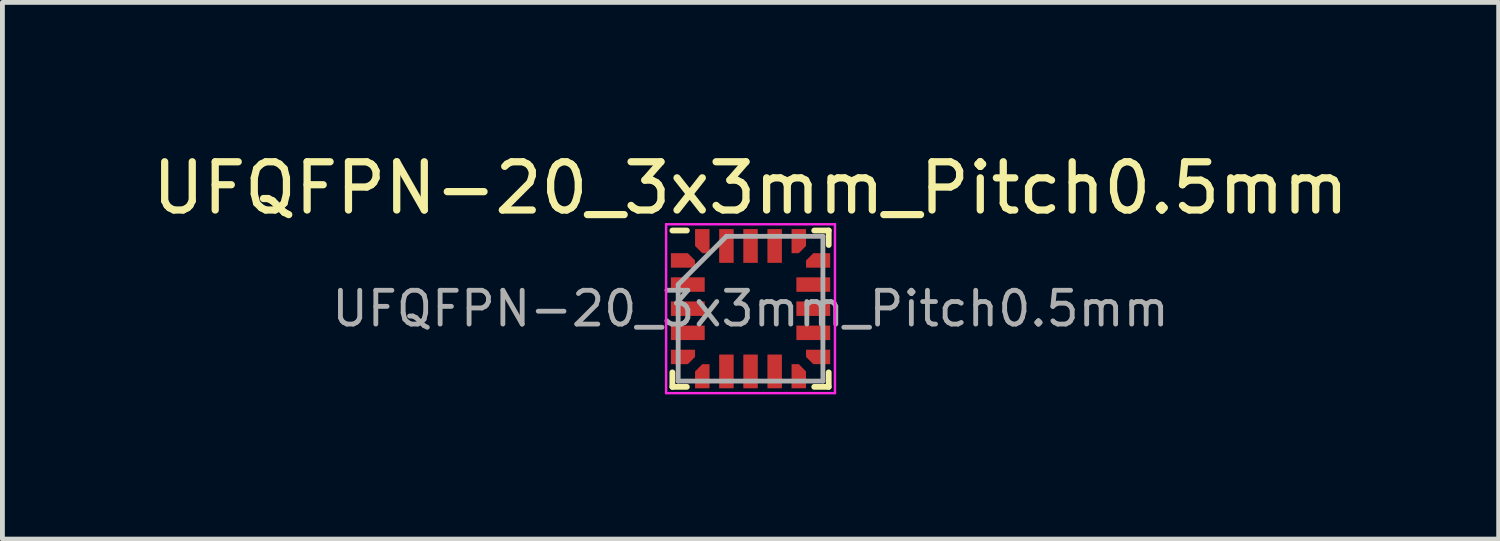
<source format=kicad_pcb>
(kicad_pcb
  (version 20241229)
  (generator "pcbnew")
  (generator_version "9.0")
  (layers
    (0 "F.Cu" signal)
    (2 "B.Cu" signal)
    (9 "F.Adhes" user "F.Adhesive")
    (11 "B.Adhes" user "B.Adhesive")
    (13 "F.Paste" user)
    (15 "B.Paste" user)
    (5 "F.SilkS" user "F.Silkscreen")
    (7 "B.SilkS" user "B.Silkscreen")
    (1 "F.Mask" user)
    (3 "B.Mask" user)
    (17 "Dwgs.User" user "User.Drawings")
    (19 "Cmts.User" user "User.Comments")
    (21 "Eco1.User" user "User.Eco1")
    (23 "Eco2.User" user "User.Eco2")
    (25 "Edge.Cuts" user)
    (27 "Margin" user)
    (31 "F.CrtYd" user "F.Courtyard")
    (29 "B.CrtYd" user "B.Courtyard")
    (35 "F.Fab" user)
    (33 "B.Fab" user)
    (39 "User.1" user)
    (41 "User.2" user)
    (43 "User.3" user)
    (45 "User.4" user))
  (footprint "UFQFPN-20_3x3mm_Pitch0.5mm"
    (layer "F.Cu")
    (at 12.506 3.348)
    (property "Reference" "UFQFPN-20_3x3mm_Pitch0.5mm" (at 0 -2.5 0) (layer "F.SilkS") (effects (font (size 1 1) (thickness 0.15))))
    (attr smd)
    (fp_line (start -1.62 -1.62) (end -1.32 -1.62) (stroke (width 0.12) (type solid)) (layer "F.SilkS"))
    (fp_line (start -1.62 1.62) (end -1.62 1.32) (stroke (width 0.12) (type solid)) (layer "F.SilkS"))
    (fp_line (start -1.62 1.62) (end -1.32 1.62) (stroke (width 0.12) (type solid)) (layer "F.SilkS"))
    (fp_line (start 1.62 -1.62) (end 1.32 -1.62) (stroke (width 0.12) (type solid)) (layer "F.SilkS"))
    (fp_line (start 1.62 -1.62) (end 1.62 -1.32) (stroke (width 0.12) (type solid)) (layer "F.SilkS"))
    (fp_line (start 1.62 1.62) (end 1.32 1.62) (stroke (width 0.12) (type solid)) (layer "F.SilkS"))
    (fp_line (start 1.62 1.62) (end 1.62 1.32) (stroke (width 0.12) (type solid)) (layer "F.SilkS"))
    (fp_line (start -1.75 -1.75) (end 1.75 -1.75) (stroke (width 0.05) (type solid)) (layer "F.CrtYd"))
    (fp_line (start -1.75 1.75) (end -1.75 -1.75) (stroke (width 0.05) (type solid)) (layer "F.CrtYd"))
    (fp_line (start 1.75 -1.75) (end 1.75 1.75) (stroke (width 0.05) (type solid)) (layer "F.CrtYd"))
    (fp_line (start 1.75 1.75) (end -1.75 1.75) (stroke (width 0.05) (type solid)) (layer "F.CrtYd"))
    (fp_line (start -1.5 -0.5) (end -0.5 -1.5) (stroke (width 0.1) (type solid)) (layer "F.Fab"))
    (fp_line (start -1.5 1.5) (end -1.5 -0.5) (stroke (width 0.1) (type solid)) (layer "F.Fab"))
    (fp_line (start -0.5 -1.5) (end 1.5 -1.5) (stroke (width 0.1) (type solid)) (layer "F.Fab"))
    (fp_line (start 1.5 -1.5) (end 1.5 1.5) (stroke (width 0.1) (type solid)) (layer "F.Fab"))
    (fp_line (start 1.5 1.5) (end -1.5 1.5) (stroke (width 0.1) (type solid)) (layer "F.Fab"))
    (fp_text user "${REFERENCE}" (at 0 0 0) (layer "F.Fab") (effects (font (size 0.7 0.7) (thickness 0.1))))
    (pad "" smd rect (at -0.9 -0.9) (size 0.1 0.1) (layers "F.Mask"))
    (pad "" smd rect (at -0.9 0.9) (size 0.1 0.1) (layers "F.Mask"))
    (pad "" smd rect (at 0.9 -0.9) (size 0.1 0.1) (layers "F.Mask"))
    (pad "" smd rect (at 0.9 0.9) (size 0.1 0.1) (layers "F.Mask"))
    (pad "1" smd rect (at -1.475 -1) (size 0.35 0.3) (layers "F.Cu" "F.Mask" "F.Paste"))
    (pad "1" smd rect (at -1.3 -1 45) (size 0.212 0.212) (layers "F.Cu" "F.Mask" "F.Paste"))
    (pad "1" smd rect (at -1.225 -0.925) (size 0.15 0.15) (layers "F.Cu" "F.Mask" "F.Paste"))
    (pad "2" smd rect (at -1.3 -0.5) (size 0.7 0.3) (layers "F.Cu" "F.Mask" "F.Paste"))
    (pad "3" smd rect (at -1.3 0) (size 0.7 0.3) (layers "F.Cu" "F.Mask" "F.Paste"))
    (pad "4" smd rect (at -1.3 0.5) (size 0.7 0.3) (layers "F.Cu" "F.Mask" "F.Paste"))
    (pad "5" smd rect (at -1.475 1) (size 0.35 0.3) (layers "F.Cu" "F.Mask" "F.Paste"))
    (pad "5" smd rect (at -1.3 1 45) (size 0.212 0.212) (layers "F.Cu" "F.Mask" "F.Paste"))
    (pad "5" smd rect (at -1.225 0.925) (size 0.15 0.15) (layers "F.Cu" "F.Mask" "F.Paste"))
    (pad "6" smd rect (at -1 1.3 45) (size 0.212 0.212) (layers "F.Cu" "F.Mask" "F.Paste"))
    (pad "6" smd rect (at -1 1.475) (size 0.3 0.35) (layers "F.Cu" "F.Mask" "F.Paste"))
    (pad "6" smd rect (at -0.925 1.225) (size 0.15 0.15) (layers "F.Cu" "F.Mask" "F.Paste"))
    (pad "7" smd rect (at -0.5 1.3) (size 0.3 0.7) (layers "F.Cu" "F.Mask" "F.Paste"))
    (pad "8" smd rect (at 0 1.3) (size 0.3 0.7) (layers "F.Cu" "F.Mask" "F.Paste"))
    (pad "9" smd rect (at 0.5 1.3) (size 0.3 0.7) (layers "F.Cu" "F.Mask" "F.Paste"))
    (pad "10" smd rect (at 0.925 1.225) (size 0.15 0.15) (layers "F.Cu" "F.Mask" "F.Paste"))
    (pad "10" smd rect (at 1 1.3 45) (size 0.212 0.212) (layers "F.Cu" "F.Mask" "F.Paste"))
    (pad "10" smd rect (at 1 1.475) (size 0.3 0.35) (layers "F.Cu" "F.Mask" "F.Paste"))
    (pad "11" smd rect (at 1.225 0.925) (size 0.15 0.15) (layers "F.Cu" "F.Mask" "F.Paste"))
    (pad "11" smd rect (at 1.3 1 45) (size 0.212 0.212) (layers "F.Cu" "F.Mask" "F.Paste"))
    (pad "11" smd rect (at 1.475 1) (size 0.35 0.3) (layers "F.Cu" "F.Mask" "F.Paste"))
    (pad "12" smd rect (at 1.3 0.5) (size 0.7 0.3) (layers "F.Cu" "F.Mask" "F.Paste"))
    (pad "13" smd rect (at 1.3 0) (size 0.7 0.3) (layers "F.Cu" "F.Mask" "F.Paste"))
    (pad "14" smd rect (at 1.3 -0.5) (size 0.7 0.3) (layers "F.Cu" "F.Mask" "F.Paste"))
    (pad "15" smd rect (at 1.225 -0.925) (size 0.15 0.15) (layers "F.Cu" "F.Mask" "F.Paste"))
    (pad "15" smd rect (at 1.3 -1 45) (size 0.212 0.212) (layers "F.Cu" "F.Mask" "F.Paste"))
    (pad "15" smd rect (at 1.475 -1) (size 0.35 0.3) (layers "F.Cu" "F.Mask" "F.Paste"))
    (pad "16" smd rect (at 0.925 -1.225) (size 0.15 0.15) (layers "F.Cu" "F.Mask" "F.Paste"))
    (pad "16" smd rect (at 1 -1.475) (size 0.3 0.35) (layers "F.Cu" "F.Mask" "F.Paste"))
    (pad "16" smd rect (at 1 -1.3 45) (size 0.212 0.212) (layers "F.Cu" "F.Mask" "F.Paste"))
    (pad "17" smd rect (at 0.5 -1.3) (size 0.3 0.7) (layers "F.Cu" "F.Mask" "F.Paste"))
    (pad "18" smd rect (at 0 -1.3) (size 0.3 0.7) (layers "F.Cu" "F.Mask" "F.Paste"))
    (pad "19" smd rect (at -0.5 -1.3) (size 0.3 0.7) (layers "F.Cu" "F.Mask" "F.Paste"))
    (pad "20" smd rect (at -1 -1.475) (size 0.3 0.35) (layers "F.Cu" "F.Mask" "F.Paste"))
    (pad "20" smd rect (at -1 -1.3 45) (size 0.212 0.212) (layers "F.Cu" "F.Mask" "F.Paste"))
    (pad "20" smd rect (at -0.925 -1.225) (size 0.15 0.15) (layers "F.Cu" "F.Mask" "F.Paste")))
  (gr_rect
    (start -3 -3)
    (end 28.012 8.123)
    (stroke (width 0.1) (type default))
    (fill no)
    (layer "Edge.Cuts")))
</source>
